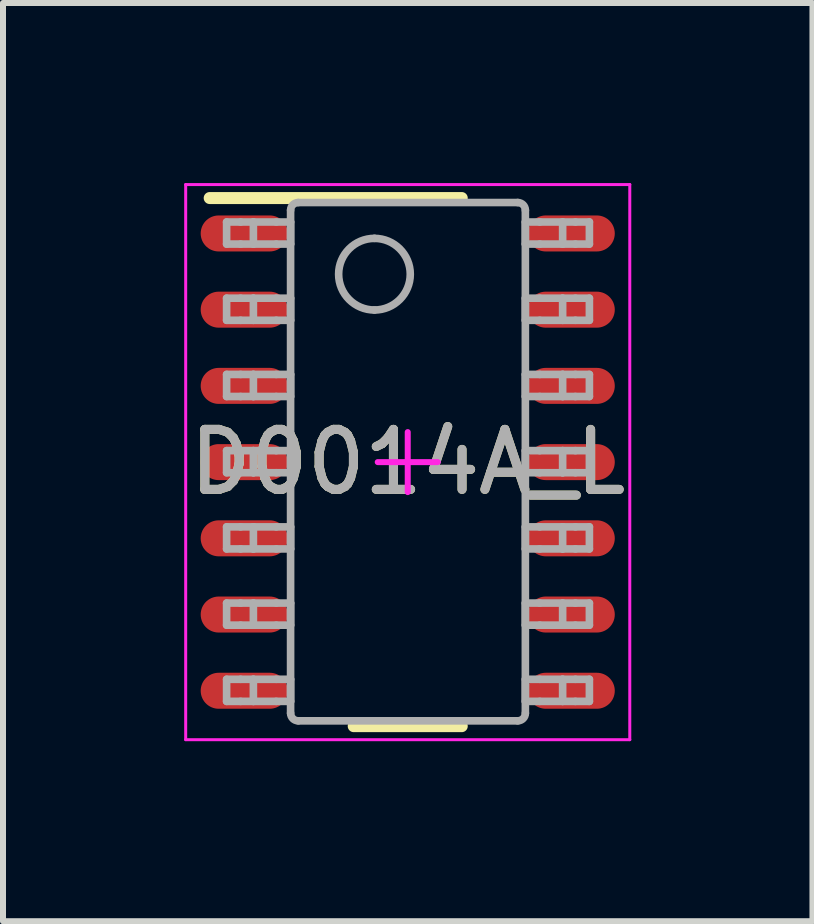
<source format=kicad_pcb>
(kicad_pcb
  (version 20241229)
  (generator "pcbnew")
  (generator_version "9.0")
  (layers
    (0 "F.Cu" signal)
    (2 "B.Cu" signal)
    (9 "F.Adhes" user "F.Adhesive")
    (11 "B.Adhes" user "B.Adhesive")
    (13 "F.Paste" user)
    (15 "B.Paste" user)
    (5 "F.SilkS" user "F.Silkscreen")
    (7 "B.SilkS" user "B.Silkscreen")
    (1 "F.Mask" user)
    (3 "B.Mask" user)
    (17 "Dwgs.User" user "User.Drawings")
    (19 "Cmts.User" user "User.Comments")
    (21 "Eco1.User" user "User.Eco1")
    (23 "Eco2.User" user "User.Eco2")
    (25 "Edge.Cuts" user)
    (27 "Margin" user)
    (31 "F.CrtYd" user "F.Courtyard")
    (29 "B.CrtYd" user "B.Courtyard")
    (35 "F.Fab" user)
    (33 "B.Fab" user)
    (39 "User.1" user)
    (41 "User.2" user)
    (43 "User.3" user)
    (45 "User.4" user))
  (footprint "D0014A_L"
    (layer "F.Cu")
    (at 3.744 4.65)
    (property "Reference" "D0014A_L" (at 0 0 0) (unlocked yes) (layer "F.SilkS") (effects (font (size 1 1) (thickness 0.15))))
    (attr smd)
    (fp_line (start -3.3 -4.4) (end 0.9 -4.4) (stroke (width 0.2) (type solid)) (layer "F.SilkS"))
    (fp_line (start -0.9 4.4) (end 0.9 4.4) (stroke (width 0.2) (type solid)) (layer "F.SilkS"))
    (fp_line (start -3.7 -4.625) (end 3.7 -4.625) (stroke (width 0.05) (type solid)) (layer "F.CrtYd"))
    (fp_line (start -3.7 4.625) (end -3.7 -4.625) (stroke (width 0.05) (type solid)) (layer "F.CrtYd"))
    (fp_line (start -3.7 4.625) (end 3.7 4.625) (stroke (width 0.05) (type solid)) (layer "F.CrtYd"))
    (fp_line (start -0.5 0) (end 0.5 0) (stroke (width 0.1) (type solid)) (layer "F.CrtYd"))
    (fp_line (start 0 0.5) (end 0 -0.5) (stroke (width 0.1) (type solid)) (layer "F.CrtYd"))
    (fp_line (start 3.7 4.625) (end 3.7 -4.625) (stroke (width 0.05) (type solid)) (layer "F.CrtYd"))
    (fp_line (start -3.018 -4.001) (end -2.785 -4.001) (stroke (width 0.127) (type solid)) (layer "F.Fab"))
    (fp_line (start -3.018 -3.633) (end -3.018 -4.001) (stroke (width 0.127) (type solid)) (layer "F.Fab"))
    (fp_line (start -3.018 -3.633) (end -2.785 -3.633) (stroke (width 0.127) (type solid)) (layer "F.Fab"))
    (fp_line (start -3.018 -2.731) (end -2.785 -2.731) (stroke (width 0.127) (type solid)) (layer "F.Fab"))
    (fp_line (start -3.018 -2.363) (end -3.018 -2.731) (stroke (width 0.127) (type solid)) (layer "F.Fab"))
    (fp_line (start -3.018 -2.363) (end -2.785 -2.363) (stroke (width 0.127) (type solid)) (layer "F.Fab"))
    (fp_line (start -3.018 -1.461) (end -2.785 -1.461) (stroke (width 0.127) (type solid)) (layer "F.Fab"))
    (fp_line (start -3.018 -1.093) (end -3.018 -1.461) (stroke (width 0.127) (type solid)) (layer "F.Fab"))
    (fp_line (start -3.018 -1.093) (end -2.785 -1.093) (stroke (width 0.127) (type solid)) (layer "F.Fab"))
    (fp_line (start -3.018 -0.191) (end -2.785 -0.191) (stroke (width 0.127) (type solid)) (layer "F.Fab"))
    (fp_line (start -3.018 0.177) (end -3.018 -0.191) (stroke (width 0.127) (type solid)) (layer "F.Fab"))
    (fp_line (start -3.018 0.177) (end -2.785 0.177) (stroke (width 0.127) (type solid)) (layer "F.Fab"))
    (fp_line (start -3.018 1.079) (end -2.785 1.079) (stroke (width 0.127) (type solid)) (layer "F.Fab"))
    (fp_line (start -3.018 1.447) (end -3.018 1.079) (stroke (width 0.127) (type solid)) (layer "F.Fab"))
    (fp_line (start -3.018 1.447) (end -2.785 1.447) (stroke (width 0.127) (type solid)) (layer "F.Fab"))
    (fp_line (start -3.018 2.349) (end -2.785 2.349) (stroke (width 0.127) (type solid)) (layer "F.Fab"))
    (fp_line (start -3.018 2.717) (end -3.018 2.349) (stroke (width 0.127) (type solid)) (layer "F.Fab"))
    (fp_line (start -3.018 2.717) (end -2.785 2.717) (stroke (width 0.127) (type solid)) (layer "F.Fab"))
    (fp_line (start -3.018 3.619) (end -2.785 3.619) (stroke (width 0.127) (type solid)) (layer "F.Fab"))
    (fp_line (start -3.018 3.987) (end -3.018 3.619) (stroke (width 0.127) (type solid)) (layer "F.Fab"))
    (fp_line (start -3.018 3.987) (end -2.785 3.987) (stroke (width 0.127) (type solid)) (layer "F.Fab"))
    (fp_line (start -2.785 -4.001) (end -2.572 -4.001) (stroke (width 0.127) (type solid)) (layer "F.Fab"))
    (fp_line (start -2.785 -3.633) (end -2.572 -3.633) (stroke (width 0.127) (type solid)) (layer "F.Fab"))
    (fp_line (start -2.785 -2.731) (end -2.572 -2.731) (stroke (width 0.127) (type solid)) (layer "F.Fab"))
    (fp_line (start -2.785 -2.363) (end -2.572 -2.363) (stroke (width 0.127) (type solid)) (layer "F.Fab"))
    (fp_line (start -2.785 -1.461) (end -2.572 -1.461) (stroke (width 0.127) (type solid)) (layer "F.Fab"))
    (fp_line (start -2.785 -1.093) (end -2.572 -1.093) (stroke (width 0.127) (type solid)) (layer "F.Fab"))
    (fp_line (start -2.785 -0.191) (end -2.572 -0.191) (stroke (width 0.127) (type solid)) (layer "F.Fab"))
    (fp_line (start -2.785 0.177) (end -2.572 0.177) (stroke (width 0.127) (type solid)) (layer "F.Fab"))
    (fp_line (start -2.785 1.079) (end -2.572 1.079) (stroke (width 0.127) (type solid)) (layer "F.Fab"))
    (fp_line (start -2.785 1.447) (end -2.572 1.447) (stroke (width 0.127) (type solid)) (layer "F.Fab"))
    (fp_line (start -2.785 2.349) (end -2.572 2.349) (stroke (width 0.127) (type solid)) (layer "F.Fab"))
    (fp_line (start -2.785 2.717) (end -2.572 2.717) (stroke (width 0.127) (type solid)) (layer "F.Fab"))
    (fp_line (start -2.785 3.619) (end -2.572 3.619) (stroke (width 0.127) (type solid)) (layer "F.Fab"))
    (fp_line (start -2.785 3.987) (end -2.572 3.987) (stroke (width 0.127) (type solid)) (layer "F.Fab"))
    (fp_line (start -2.572 -4.001) (end -2.191 -4.001) (stroke (width 0.127) (type solid)) (layer "F.Fab"))
    (fp_line (start -2.572 -3.633) (end -2.572 -4.001) (stroke (width 0.127) (type solid)) (layer "F.Fab"))
    (fp_line (start -2.572 -3.633) (end -2.191 -3.633) (stroke (width 0.127) (type solid)) (layer "F.Fab"))
    (fp_line (start -2.572 -2.731) (end -2.191 -2.731) (stroke (width 0.127) (type solid)) (layer "F.Fab"))
    (fp_line (start -2.572 -2.363) (end -2.572 -2.731) (stroke (width 0.127) (type solid)) (layer "F.Fab"))
    (fp_line (start -2.572 -2.363) (end -2.191 -2.363) (stroke (width 0.127) (type solid)) (layer "F.Fab"))
    (fp_line (start -2.572 -1.461) (end -2.191 -1.461) (stroke (width 0.127) (type solid)) (layer "F.Fab"))
    (fp_line (start -2.572 -1.093) (end -2.572 -1.461) (stroke (width 0.127) (type solid)) (layer "F.Fab"))
    (fp_line (start -2.572 -1.093) (end -2.191 -1.093) (stroke (width 0.127) (type solid)) (layer "F.Fab"))
    (fp_line (start -2.572 -0.191) (end -2.191 -0.191) (stroke (width 0.127) (type solid)) (layer "F.Fab"))
    (fp_line (start -2.572 0.177) (end -2.572 -0.191) (stroke (width 0.127) (type solid)) (layer "F.Fab"))
    (fp_line (start -2.572 0.177) (end -2.191 0.177) (stroke (width 0.127) (type solid)) (layer "F.Fab"))
    (fp_line (start -2.572 1.079) (end -2.191 1.079) (stroke (width 0.127) (type solid)) (layer "F.Fab"))
    (fp_line (start -2.572 1.447) (end -2.572 1.079) (stroke (width 0.127) (type solid)) (layer "F.Fab"))
    (fp_line (start -2.572 1.447) (end -2.191 1.447) (stroke (width 0.127) (type solid)) (layer "F.Fab"))
    (fp_line (start -2.572 2.349) (end -2.191 2.349) (stroke (width 0.127) (type solid)) (layer "F.Fab"))
    (fp_line (start -2.572 2.717) (end -2.572 2.349) (stroke (width 0.127) (type solid)) (layer "F.Fab"))
    (fp_line (start -2.572 2.717) (end -2.191 2.717) (stroke (width 0.127) (type solid)) (layer "F.Fab"))
    (fp_line (start -2.572 3.619) (end -2.191 3.619) (stroke (width 0.127) (type solid)) (layer "F.Fab"))
    (fp_line (start -2.572 3.987) (end -2.572 3.619) (stroke (width 0.127) (type solid)) (layer "F.Fab"))
    (fp_line (start -2.572 3.987) (end -2.191 3.987) (stroke (width 0.127) (type solid)) (layer "F.Fab"))
    (fp_line (start -2.191 -4.001) (end -1.952 -4.001) (stroke (width 0.127) (type solid)) (layer "F.Fab"))
    (fp_line (start -2.191 -3.633) (end -1.952 -3.633) (stroke (width 0.127) (type solid)) (layer "F.Fab"))
    (fp_line (start -2.191 -2.731) (end -1.952 -2.731) (stroke (width 0.127) (type solid)) (layer "F.Fab"))
    (fp_line (start -2.191 -2.363) (end -1.952 -2.363) (stroke (width 0.127) (type solid)) (layer "F.Fab"))
    (fp_line (start -2.191 -1.461) (end -1.952 -1.461) (stroke (width 0.127) (type solid)) (layer "F.Fab"))
    (fp_line (start -2.191 -1.093) (end -1.952 -1.093) (stroke (width 0.127) (type solid)) (layer "F.Fab"))
    (fp_line (start -2.191 -0.191) (end -1.952 -0.191) (stroke (width 0.127) (type solid)) (layer "F.Fab"))
    (fp_line (start -2.191 0.177) (end -1.952 0.177) (stroke (width 0.127) (type solid)) (layer "F.Fab"))
    (fp_line (start -2.191 1.079) (end -1.952 1.079) (stroke (width 0.127) (type solid)) (layer "F.Fab"))
    (fp_line (start -2.191 1.447) (end -1.952 1.447) (stroke (width 0.127) (type solid)) (layer "F.Fab"))
    (fp_line (start -2.191 2.349) (end -1.952 2.349) (stroke (width 0.127) (type solid)) (layer "F.Fab"))
    (fp_line (start -2.191 2.717) (end -1.952 2.717) (stroke (width 0.127) (type solid)) (layer "F.Fab"))
    (fp_line (start -2.191 3.619) (end -1.952 3.619) (stroke (width 0.127) (type solid)) (layer "F.Fab"))
    (fp_line (start -2.191 3.987) (end -1.952 3.987) (stroke (width 0.127) (type solid)) (layer "F.Fab"))
    (fp_line (start -1.952 -3.633) (end -1.952 -4.001) (stroke (width 0.127) (type solid)) (layer "F.Fab"))
    (fp_line (start -1.952 -2.363) (end -1.952 -2.731) (stroke (width 0.127) (type solid)) (layer "F.Fab"))
    (fp_line (start -1.952 -1.093) (end -1.952 -1.461) (stroke (width 0.127) (type solid)) (layer "F.Fab"))
    (fp_line (start -1.952 0.177) (end -1.952 -0.191) (stroke (width 0.127) (type solid)) (layer "F.Fab"))
    (fp_line (start -1.952 1.447) (end -1.952 1.079) (stroke (width 0.127) (type solid)) (layer "F.Fab"))
    (fp_line (start -1.952 2.717) (end -1.952 2.349) (stroke (width 0.127) (type solid)) (layer "F.Fab"))
    (fp_line (start -1.952 3.987) (end -1.952 3.619) (stroke (width 0.127) (type solid)) (layer "F.Fab"))
    (fp_line (start -1.952 4.184) (end -1.952 -4.198) (stroke (width 0.127) (type solid)) (layer "F.Fab"))
    (fp_line (start -1.825 -4.325) (end 1.834 -4.325) (stroke (width 0.127) (type solid)) (layer "F.Fab"))
    (fp_line (start -1.825 4.311) (end 1.834 4.311) (stroke (width 0.127) (type solid)) (layer "F.Fab"))
    (fp_line (start 1.96 -4.001) (end 2.2 -4.001) (stroke (width 0.127) (type solid)) (layer "F.Fab"))
    (fp_line (start 1.96 -3.633) (end 1.96 -4.001) (stroke (width 0.127) (type solid)) (layer "F.Fab"))
    (fp_line (start 1.96 -3.633) (end 2.2 -3.633) (stroke (width 0.127) (type solid)) (layer "F.Fab"))
    (fp_line (start 1.96 -2.731) (end 2.2 -2.731) (stroke (width 0.127) (type solid)) (layer "F.Fab"))
    (fp_line (start 1.96 -2.363) (end 1.96 -2.731) (stroke (width 0.127) (type solid)) (layer "F.Fab"))
    (fp_line (start 1.96 -2.363) (end 2.2 -2.363) (stroke (width 0.127) (type solid)) (layer "F.Fab"))
    (fp_line (start 1.96 -1.461) (end 2.2 -1.461) (stroke (width 0.127) (type solid)) (layer "F.Fab"))
    (fp_line (start 1.96 -1.093) (end 1.96 -1.461) (stroke (width 0.127) (type solid)) (layer "F.Fab"))
    (fp_line (start 1.96 -1.093) (end 2.2 -1.093) (stroke (width 0.127) (type solid)) (layer "F.Fab"))
    (fp_line (start 1.96 -0.191) (end 2.2 -0.191) (stroke (width 0.127) (type solid)) (layer "F.Fab"))
    (fp_line (start 1.96 0.177) (end 1.96 -0.191) (stroke (width 0.127) (type solid)) (layer "F.Fab"))
    (fp_line (start 1.96 0.177) (end 2.2 0.177) (stroke (width 0.127) (type solid)) (layer "F.Fab"))
    (fp_line (start 1.96 1.079) (end 2.2 1.079) (stroke (width 0.127) (type solid)) (layer "F.Fab"))
    (fp_line (start 1.96 1.447) (end 1.96 1.079) (stroke (width 0.127) (type solid)) (layer "F.Fab"))
    (fp_line (start 1.96 1.447) (end 2.2 1.447) (stroke (width 0.127) (type solid)) (layer "F.Fab"))
    (fp_line (start 1.96 2.349) (end 2.2 2.349) (stroke (width 0.127) (type solid)) (layer "F.Fab"))
    (fp_line (start 1.96 2.717) (end 1.96 2.349) (stroke (width 0.127) (type solid)) (layer "F.Fab"))
    (fp_line (start 1.96 2.717) (end 2.2 2.717) (stroke (width 0.127) (type solid)) (layer "F.Fab"))
    (fp_line (start 1.96 3.619) (end 2.2 3.619) (stroke (width 0.127) (type solid)) (layer "F.Fab"))
    (fp_line (start 1.96 3.987) (end 1.96 3.619) (stroke (width 0.127) (type solid)) (layer "F.Fab"))
    (fp_line (start 1.96 3.987) (end 2.2 3.987) (stroke (width 0.127) (type solid)) (layer "F.Fab"))
    (fp_line (start 1.96 4.184) (end 1.96 -4.198) (stroke (width 0.127) (type solid)) (layer "F.Fab"))
    (fp_line (start 2.2 -4.001) (end 2.581 -4.001) (stroke (width 0.127) (type solid)) (layer "F.Fab"))
    (fp_line (start 2.2 -3.633) (end 2.581 -3.633) (stroke (width 0.127) (type solid)) (layer "F.Fab"))
    (fp_line (start 2.2 -2.731) (end 2.581 -2.731) (stroke (width 0.127) (type solid)) (layer "F.Fab"))
    (fp_line (start 2.2 -2.363) (end 2.581 -2.363) (stroke (width 0.127) (type solid)) (layer "F.Fab"))
    (fp_line (start 2.2 -1.461) (end 2.581 -1.461) (stroke (width 0.127) (type solid)) (layer "F.Fab"))
    (fp_line (start 2.2 -1.093) (end 2.581 -1.093) (stroke (width 0.127) (type solid)) (layer "F.Fab"))
    (fp_line (start 2.2 -0.191) (end 2.581 -0.191) (stroke (width 0.127) (type solid)) (layer "F.Fab"))
    (fp_line (start 2.2 0.177) (end 2.581 0.177) (stroke (width 0.127) (type solid)) (layer "F.Fab"))
    (fp_line (start 2.2 1.079) (end 2.581 1.079) (stroke (width 0.127) (type solid)) (layer "F.Fab"))
    (fp_line (start 2.2 1.447) (end 2.581 1.447) (stroke (width 0.127) (type solid)) (layer "F.Fab"))
    (fp_line (start 2.2 2.349) (end 2.581 2.349) (stroke (width 0.127) (type solid)) (layer "F.Fab"))
    (fp_line (start 2.2 2.717) (end 2.581 2.717) (stroke (width 0.127) (type solid)) (layer "F.Fab"))
    (fp_line (start 2.2 3.619) (end 2.581 3.619) (stroke (width 0.127) (type solid)) (layer "F.Fab"))
    (fp_line (start 2.2 3.987) (end 2.581 3.987) (stroke (width 0.127) (type solid)) (layer "F.Fab"))
    (fp_line (start 2.581 -4.001) (end 2.794 -4.001) (stroke (width 0.127) (type solid)) (layer "F.Fab"))
    (fp_line (start 2.581 -3.633) (end 2.581 -4.001) (stroke (width 0.127) (type solid)) (layer "F.Fab"))
    (fp_line (start 2.581 -3.633) (end 2.794 -3.633) (stroke (width 0.127) (type solid)) (layer "F.Fab"))
    (fp_line (start 2.581 -2.731) (end 2.794 -2.731) (stroke (width 0.127) (type solid)) (layer "F.Fab"))
    (fp_line (start 2.581 -2.363) (end 2.581 -2.731) (stroke (width 0.127) (type solid)) (layer "F.Fab"))
    (fp_line (start 2.581 -2.363) (end 2.794 -2.363) (stroke (width 0.127) (type solid)) (layer "F.Fab"))
    (fp_line (start 2.581 -1.461) (end 2.794 -1.461) (stroke (width 0.127) (type solid)) (layer "F.Fab"))
    (fp_line (start 2.581 -1.093) (end 2.581 -1.461) (stroke (width 0.127) (type solid)) (layer "F.Fab"))
    (fp_line (start 2.581 -1.093) (end 2.794 -1.093) (stroke (width 0.127) (type solid)) (layer "F.Fab"))
    (fp_line (start 2.581 -0.191) (end 2.794 -0.191) (stroke (width 0.127) (type solid)) (layer "F.Fab"))
    (fp_line (start 2.581 0.177) (end 2.581 -0.191) (stroke (width 0.127) (type solid)) (layer "F.Fab"))
    (fp_line (start 2.581 0.177) (end 2.794 0.177) (stroke (width 0.127) (type solid)) (layer "F.Fab"))
    (fp_line (start 2.581 1.079) (end 2.794 1.079) (stroke (width 0.127) (type solid)) (layer "F.Fab"))
    (fp_line (start 2.581 1.447) (end 2.581 1.079) (stroke (width 0.127) (type solid)) (layer "F.Fab"))
    (fp_line (start 2.581 1.447) (end 2.794 1.447) (stroke (width 0.127) (type solid)) (layer "F.Fab"))
    (fp_line (start 2.581 2.349) (end 2.794 2.349) (stroke (width 0.127) (type solid)) (layer "F.Fab"))
    (fp_line (start 2.581 2.717) (end 2.581 2.349) (stroke (width 0.127) (type solid)) (layer "F.Fab"))
    (fp_line (start 2.581 2.717) (end 2.794 2.717) (stroke (width 0.127) (type solid)) (layer "F.Fab"))
    (fp_line (start 2.581 3.619) (end 2.794 3.619) (stroke (width 0.127) (type solid)) (layer "F.Fab"))
    (fp_line (start 2.581 3.987) (end 2.581 3.619) (stroke (width 0.127) (type solid)) (layer "F.Fab"))
    (fp_line (start 2.581 3.987) (end 2.794 3.987) (stroke (width 0.127) (type solid)) (layer "F.Fab"))
    (fp_line (start 2.794 -4.001) (end 3.027 -4.001) (stroke (width 0.127) (type solid)) (layer "F.Fab"))
    (fp_line (start 2.794 -3.633) (end 3.027 -3.633) (stroke (width 0.127) (type solid)) (layer "F.Fab"))
    (fp_line (start 2.794 -2.731) (end 3.027 -2.731) (stroke (width 0.127) (type solid)) (layer "F.Fab"))
    (fp_line (start 2.794 -2.363) (end 3.027 -2.363) (stroke (width 0.127) (type solid)) (layer "F.Fab"))
    (fp_line (start 2.794 -1.461) (end 3.027 -1.461) (stroke (width 0.127) (type solid)) (layer "F.Fab"))
    (fp_line (start 2.794 -1.093) (end 3.027 -1.093) (stroke (width 0.127) (type solid)) (layer "F.Fab"))
    (fp_line (start 2.794 -0.191) (end 3.027 -0.191) (stroke (width 0.127) (type solid)) (layer "F.Fab"))
    (fp_line (start 2.794 0.177) (end 3.027 0.177) (stroke (width 0.127) (type solid)) (layer "F.Fab"))
    (fp_line (start 2.794 1.079) (end 3.027 1.079) (stroke (width 0.127) (type solid)) (layer "F.Fab"))
    (fp_line (start 2.794 1.447) (end 3.027 1.447) (stroke (width 0.127) (type solid)) (layer "F.Fab"))
    (fp_line (start 2.794 2.349) (end 3.027 2.349) (stroke (width 0.127) (type solid)) (layer "F.Fab"))
    (fp_line (start 2.794 2.717) (end 3.027 2.717) (stroke (width 0.127) (type solid)) (layer "F.Fab"))
    (fp_line (start 2.794 3.619) (end 3.027 3.619) (stroke (width 0.127) (type solid)) (layer "F.Fab"))
    (fp_line (start 2.794 3.987) (end 3.027 3.987) (stroke (width 0.127) (type solid)) (layer "F.Fab"))
    (fp_line (start 3.027 -3.633) (end 3.027 -4.001) (stroke (width 0.127) (type solid)) (layer "F.Fab"))
    (fp_line (start 3.027 -2.363) (end 3.027 -2.731) (stroke (width 0.127) (type solid)) (layer "F.Fab"))
    (fp_line (start 3.027 -1.093) (end 3.027 -1.461) (stroke (width 0.127) (type solid)) (layer "F.Fab"))
    (fp_line (start 3.027 0.177) (end 3.027 -0.191) (stroke (width 0.127) (type solid)) (layer "F.Fab"))
    (fp_line (start 3.027 1.447) (end 3.027 1.079) (stroke (width 0.127) (type solid)) (layer "F.Fab"))
    (fp_line (start 3.027 2.717) (end 3.027 2.349) (stroke (width 0.127) (type solid)) (layer "F.Fab"))
    (fp_line (start 3.027 3.987) (end 3.027 3.619) (stroke (width 0.127) (type solid)) (layer "F.Fab"))
    (fp_arc (start -1.951542 -4.198456) (mid -1.91434 -4.287798) (end -1.824999 -4.324999) (stroke (width 0.127) (type solid)) (layer "F.Fab"))
    (fp_arc (start -1.824999 4.310999) (mid -1.914335 4.27381) (end -1.951542 4.184481) (stroke (width 0.127) (type solid)) (layer "F.Fab"))
    (fp_arc (start -0.554543 -3.7281) (mid 0.042357 -3.1312) (end -0.554543 -2.5343) (stroke (width 0.127) (type solid)) (layer "F.Fab"))
    (fp_arc (start -0.554543 -2.5343) (mid -1.151443 -3.1312) (end -0.554543 -3.7281) (stroke (width 0.127) (type solid)) (layer "F.Fab"))
    (fp_arc (start 1.833539 -4.324999) (mid 1.922867 -4.287792) (end 1.960056 -4.198456) (stroke (width 0.127) (type solid)) (layer "F.Fab"))
    (fp_arc (start 1.960056 4.184481) (mid 1.922862 4.273805) (end 1.833538 4.310999) (stroke (width 0.127) (type solid)) (layer "F.Fab"))
    (fp_text user "${REFERENCE}" (at 0 0 0) (unlocked yes) (layer "F.Fab") (effects (font (size 1 1) (thickness 0.15))))
    (pad "1" smd oval (at -2.725 -3.81 90) (size 0.6 1.45) (layers "F.Cu" "F.Mask" "F.Paste"))
    (pad "2" smd oval (at -2.725 -2.54 90) (size 0.6 1.45) (layers "F.Cu" "F.Mask" "F.Paste"))
    (pad "3" smd oval (at -2.725 -1.27 90) (size 0.6 1.45) (layers "F.Cu" "F.Mask" "F.Paste"))
    (pad "4" smd oval (at -2.725 0 90) (size 0.6 1.45) (layers "F.Cu" "F.Mask" "F.Paste"))
    (pad "5" smd oval (at -2.725 1.27 90) (size 0.6 1.45) (layers "F.Cu" "F.Mask" "F.Paste"))
    (pad "6" smd oval (at -2.725 2.54 90) (size 0.6 1.45) (layers "F.Cu" "F.Mask" "F.Paste"))
    (pad "7" smd oval (at -2.725 3.81 90) (size 0.6 1.45) (layers "F.Cu" "F.Mask" "F.Paste"))
    (pad "8" smd oval (at 2.725 3.81 90) (size 0.6 1.45) (layers "F.Cu" "F.Mask" "F.Paste"))
    (pad "9" smd oval (at 2.725 2.54 90) (size 0.6 1.45) (layers "F.Cu" "F.Mask" "F.Paste"))
    (pad "10" smd oval (at 2.725 1.27 90) (size 0.6 1.45) (layers "F.Cu" "F.Mask" "F.Paste"))
    (pad "11" smd oval (at 2.725 0 90) (size 0.6 1.45) (layers "F.Cu" "F.Mask" "F.Paste"))
    (pad "12" smd oval (at 2.725 -1.27 90) (size 0.6 1.45) (layers "F.Cu" "F.Mask" "F.Paste"))
    (pad "13" smd oval (at 2.725 -2.54 90) (size 0.6 1.45) (layers "F.Cu" "F.Mask" "F.Paste"))
    (pad "14" smd oval (at 2.725 -3.81 90) (size 0.6 1.45) (layers "F.Cu" "F.Mask" "F.Paste")))
  (gr_rect
    (start -3 -3)
    (end 10.488 12.3)
    (stroke (width 0.1) (type default))
    (fill no)
    (layer "Edge.Cuts")))
</source>
